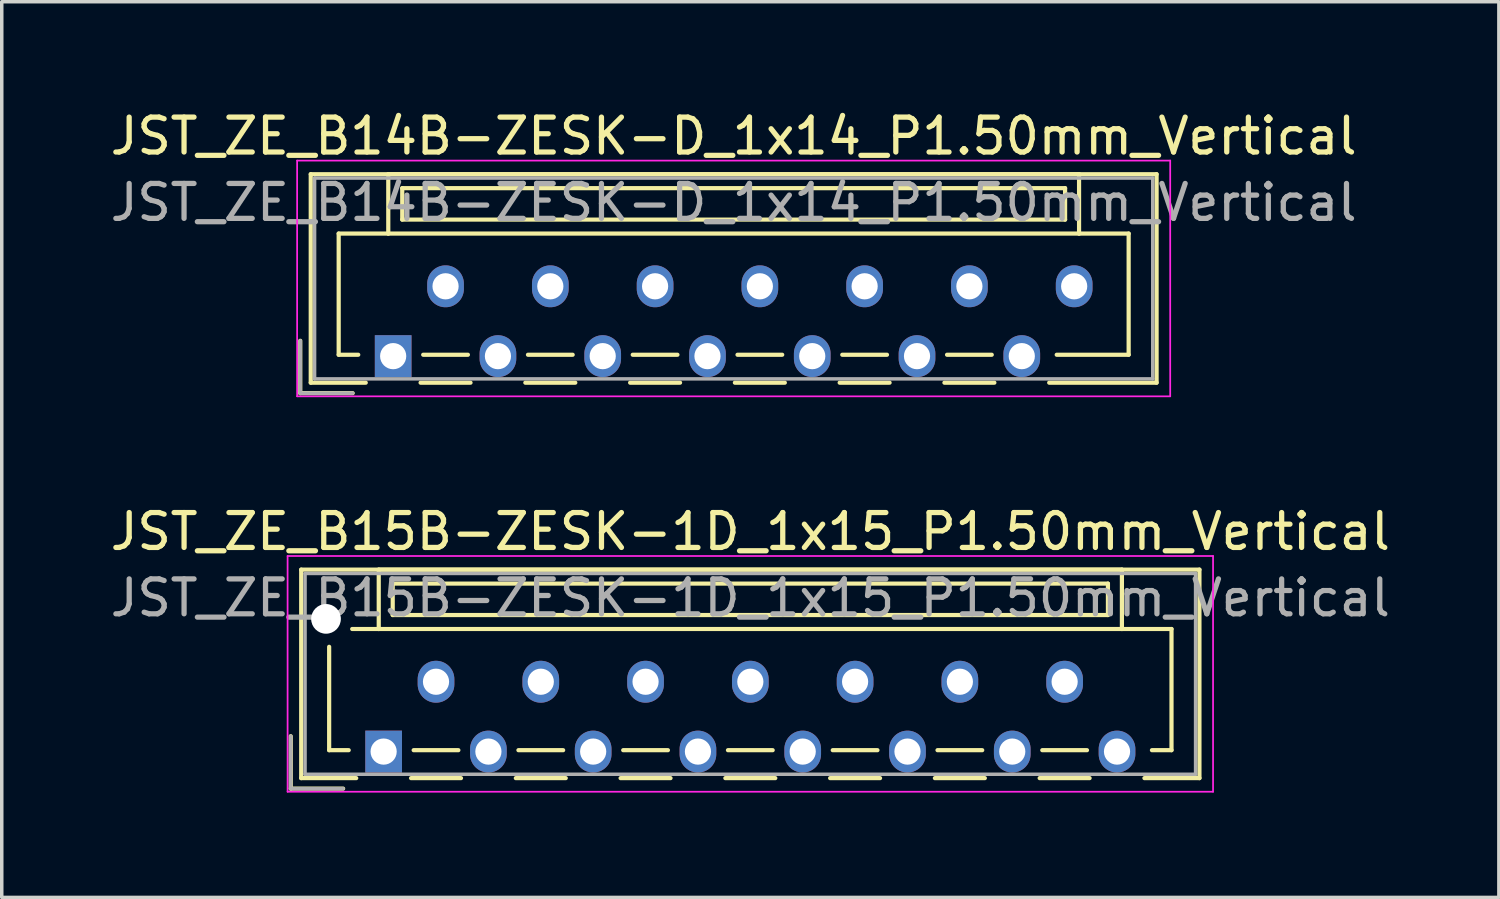
<source format=kicad_pcb>
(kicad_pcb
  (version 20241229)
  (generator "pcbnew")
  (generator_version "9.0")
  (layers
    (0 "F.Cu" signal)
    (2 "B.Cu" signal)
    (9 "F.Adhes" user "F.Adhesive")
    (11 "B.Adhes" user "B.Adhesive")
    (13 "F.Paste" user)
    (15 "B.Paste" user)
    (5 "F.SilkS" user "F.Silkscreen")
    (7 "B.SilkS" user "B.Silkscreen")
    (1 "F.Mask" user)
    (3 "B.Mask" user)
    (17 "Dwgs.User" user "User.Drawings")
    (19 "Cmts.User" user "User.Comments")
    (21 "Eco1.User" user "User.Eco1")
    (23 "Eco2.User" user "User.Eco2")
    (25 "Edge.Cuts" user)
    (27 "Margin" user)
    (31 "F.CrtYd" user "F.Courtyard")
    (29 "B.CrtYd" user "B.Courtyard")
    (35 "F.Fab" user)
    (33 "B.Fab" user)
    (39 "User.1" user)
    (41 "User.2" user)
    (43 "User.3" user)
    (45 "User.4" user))
  (footprint "JST_ZE_B14B-ZESK-D_1x14_P1.50mm_Vertical"
    (layer "F.Cu")
    (at 8.208 7.148)
    (property "Reference" "JST_ZE_B14B-ZESK-D_1x14_P1.50mm_Vertical" (at 9.75 -6.3 0) (layer "F.SilkS") (effects (font (size 1 1) (thickness 0.15))))
    (attr through_hole)
    (fp_line (start -2.66 -0.44) (end -2.66 1.06) (stroke (width 0.12) (type solid)) (layer "F.SilkS"))
    (fp_line (start -2.66 1.06) (end -1.16 1.06) (stroke (width 0.12) (type solid)) (layer "F.SilkS"))
    (fp_line (start -2.36 -5.21) (end 21.86 -5.21) (stroke (width 0.12) (type solid)) (layer "F.SilkS"))
    (fp_line (start -2.36 0.76) (end -2.36 -5.21) (stroke (width 0.12) (type solid)) (layer "F.SilkS"))
    (fp_line (start -1.56 -3.51) (end -1.56 -0.04) (stroke (width 0.12) (type solid)) (layer "F.SilkS"))
    (fp_line (start -1.56 -0.04) (end -1 -0.04) (stroke (width 0.12) (type solid)) (layer "F.SilkS"))
    (fp_line (start -0.785 0.76) (end -2.36 0.76) (stroke (width 0.12) (type solid)) (layer "F.SilkS"))
    (fp_line (start -0.14 -5.21) (end -0.14 -3.51) (stroke (width 0.12) (type solid)) (layer "F.SilkS"))
    (fp_line (start -0.14 -3.51) (end -1.56 -3.51) (stroke (width 0.12) (type solid)) (layer "F.SilkS"))
    (fp_line (start -0.14 -3.51) (end 19.64 -3.51) (stroke (width 0.12) (type solid)) (layer "F.SilkS"))
    (fp_line (start 0.26 -4.81) (end 0.26 -3.91) (stroke (width 0.12) (type solid)) (layer "F.SilkS"))
    (fp_line (start 0.26 -3.91) (end 19.24 -3.91) (stroke (width 0.12) (type solid)) (layer "F.SilkS"))
    (fp_line (start 0.785 0.76) (end 2.215 0.76) (stroke (width 0.12) (type solid)) (layer "F.SilkS"))
    (fp_line (start 0.86 -0.04) (end 2.14 -0.04) (stroke (width 0.12) (type solid)) (layer "F.SilkS"))
    (fp_line (start 3.785 0.76) (end 5.215 0.76) (stroke (width 0.12) (type solid)) (layer "F.SilkS"))
    (fp_line (start 3.86 -0.04) (end 5.14 -0.04) (stroke (width 0.12) (type solid)) (layer "F.SilkS"))
    (fp_line (start 6.785 0.76) (end 8.215 0.76) (stroke (width 0.12) (type solid)) (layer "F.SilkS"))
    (fp_line (start 6.86 -0.04) (end 8.14 -0.04) (stroke (width 0.12) (type solid)) (layer "F.SilkS"))
    (fp_line (start 9.785 0.76) (end 11.215 0.76) (stroke (width 0.12) (type solid)) (layer "F.SilkS"))
    (fp_line (start 9.86 -0.04) (end 11.14 -0.04) (stroke (width 0.12) (type solid)) (layer "F.SilkS"))
    (fp_line (start 12.785 0.76) (end 14.215 0.76) (stroke (width 0.12) (type solid)) (layer "F.SilkS"))
    (fp_line (start 12.86 -0.04) (end 14.14 -0.04) (stroke (width 0.12) (type solid)) (layer "F.SilkS"))
    (fp_line (start 15.785 0.76) (end 17.215 0.76) (stroke (width 0.12) (type solid)) (layer "F.SilkS"))
    (fp_line (start 15.86 -0.04) (end 17.14 -0.04) (stroke (width 0.12) (type solid)) (layer "F.SilkS"))
    (fp_line (start 19.24 -4.81) (end 0.26 -4.81) (stroke (width 0.12) (type solid)) (layer "F.SilkS"))
    (fp_line (start 19.24 -3.91) (end 19.24 -4.81) (stroke (width 0.12) (type solid)) (layer "F.SilkS"))
    (fp_line (start 19.64 -5.21) (end -0.14 -5.21) (stroke (width 0.12) (type solid)) (layer "F.SilkS"))
    (fp_line (start 19.64 -3.51) (end 19.64 -5.21) (stroke (width 0.12) (type solid)) (layer "F.SilkS"))
    (fp_line (start 19.64 -3.51) (end 21.06 -3.51) (stroke (width 0.12) (type solid)) (layer "F.SilkS"))
    (fp_line (start 21.06 -3.51) (end 21.06 -0.04) (stroke (width 0.12) (type solid)) (layer "F.SilkS"))
    (fp_line (start 21.06 -0.04) (end 19 -0.04) (stroke (width 0.12) (type solid)) (layer "F.SilkS"))
    (fp_line (start 21.86 -5.21) (end 21.86 0.76) (stroke (width 0.12) (type solid)) (layer "F.SilkS"))
    (fp_line (start 21.86 0.76) (end 18.785 0.76) (stroke (width 0.12) (type solid)) (layer "F.SilkS"))
    (fp_line (start -2.75 -5.6) (end -2.75 1.15) (stroke (width 0.05) (type solid)) (layer "F.CrtYd"))
    (fp_line (start -2.75 1.15) (end 22.25 1.15) (stroke (width 0.05) (type solid)) (layer "F.CrtYd"))
    (fp_line (start 22.25 -5.6) (end -2.75 -5.6) (stroke (width 0.05) (type solid)) (layer "F.CrtYd"))
    (fp_line (start 22.25 1.15) (end 22.25 -5.6) (stroke (width 0.05) (type solid)) (layer "F.CrtYd"))
    (fp_line (start -2.66 -0.44) (end -2.66 1.06) (stroke (width 0.1) (type solid)) (layer "F.Fab"))
    (fp_line (start -2.66 1.06) (end -1.16 1.06) (stroke (width 0.1) (type solid)) (layer "F.Fab"))
    (fp_line (start -2.25 -5.1) (end -2.25 0.65) (stroke (width 0.1) (type solid)) (layer "F.Fab"))
    (fp_line (start -2.25 0.65) (end 21.75 0.65) (stroke (width 0.1) (type solid)) (layer "F.Fab"))
    (fp_line (start 21.75 -5.1) (end -2.25 -5.1) (stroke (width 0.1) (type solid)) (layer "F.Fab"))
    (fp_line (start 21.75 0.65) (end 21.75 -5.1) (stroke (width 0.1) (type solid)) (layer "F.Fab"))
    (fp_text user "${REFERENCE}" (at 9.75 -4.4 0) (layer "F.Fab") (effects (font (size 1 1) (thickness 0.15))))
    (pad "1" thru_hole rect (at 0 0) (size 1.05 1.2) (drill 0.75) (layers "*.Cu" "*.Mask"))
    (pad "2" thru_hole oval (at 1.5 -2) (size 1.05 1.2) (drill 0.75) (layers "*.Cu" "*.Mask"))
    (pad "3" thru_hole oval (at 3 0) (size 1.05 1.2) (drill 0.75) (layers "*.Cu" "*.Mask"))
    (pad "4" thru_hole oval (at 4.5 -2) (size 1.05 1.2) (drill 0.75) (layers "*.Cu" "*.Mask"))
    (pad "5" thru_hole oval (at 6 0) (size 1.05 1.2) (drill 0.75) (layers "*.Cu" "*.Mask"))
    (pad "6" thru_hole oval (at 7.5 -2) (size 1.05 1.2) (drill 0.75) (layers "*.Cu" "*.Mask"))
    (pad "7" thru_hole oval (at 9 0) (size 1.05 1.2) (drill 0.75) (layers "*.Cu" "*.Mask"))
    (pad "8" thru_hole oval (at 10.5 -2) (size 1.05 1.2) (drill 0.75) (layers "*.Cu" "*.Mask"))
    (pad "9" thru_hole oval (at 12 0) (size 1.05 1.2) (drill 0.75) (layers "*.Cu" "*.Mask"))
    (pad "10" thru_hole oval (at 13.5 -2) (size 1.05 1.2) (drill 0.75) (layers "*.Cu" "*.Mask"))
    (pad "11" thru_hole oval (at 15 0) (size 1.05 1.2) (drill 0.75) (layers "*.Cu" "*.Mask"))
    (pad "12" thru_hole oval (at 16.5 -2) (size 1.05 1.2) (drill 0.75) (layers "*.Cu" "*.Mask"))
    (pad "13" thru_hole oval (at 18 0) (size 1.05 1.2) (drill 0.75) (layers "*.Cu" "*.Mask"))
    (pad "14" thru_hole oval (at 19.5 -2) (size 1.05 1.2) (drill 0.75) (layers "*.Cu" "*.Mask")))
  (footprint "JST_ZE_B15B-ZESK-1D_1x15_P1.50mm_Vertical"
    (layer "F.Cu")
    (at 7.935 18.471)
    (property "Reference" "JST_ZE_B15B-ZESK-1D_1x15_P1.50mm_Vertical" (at 10.5 -6.3 0) (layer "F.SilkS") (effects (font (size 1 1) (thickness 0.15))))
    (attr through_hole)
    (fp_line (start -2.66 -0.44) (end -2.66 1.06) (stroke (width 0.12) (type solid)) (layer "F.SilkS"))
    (fp_line (start -2.66 1.06) (end -1.16 1.06) (stroke (width 0.12) (type solid)) (layer "F.SilkS"))
    (fp_line (start -2.36 -5.21) (end 23.36 -5.21) (stroke (width 0.12) (type solid)) (layer "F.SilkS"))
    (fp_line (start -2.36 0.76) (end -2.36 -5.21) (stroke (width 0.12) (type solid)) (layer "F.SilkS"))
    (fp_line (start -1.56 -3) (end -1.56 -0.04) (stroke (width 0.12) (type solid)) (layer "F.SilkS"))
    (fp_line (start -1.56 -0.04) (end -1 -0.04) (stroke (width 0.12) (type solid)) (layer "F.SilkS"))
    (fp_line (start -0.785 0.76) (end -2.36 0.76) (stroke (width 0.12) (type solid)) (layer "F.SilkS"))
    (fp_line (start -0.14 -5.21) (end -0.14 -3.51) (stroke (width 0.12) (type solid)) (layer "F.SilkS"))
    (fp_line (start -0.14 -3.51) (end -0.9 -3.51) (stroke (width 0.12) (type solid)) (layer "F.SilkS"))
    (fp_line (start -0.14 -3.51) (end 21.14 -3.51) (stroke (width 0.12) (type solid)) (layer "F.SilkS"))
    (fp_line (start 0.26 -4.81) (end 0.26 -3.91) (stroke (width 0.12) (type solid)) (layer "F.SilkS"))
    (fp_line (start 0.26 -3.91) (end 20.74 -3.91) (stroke (width 0.12) (type solid)) (layer "F.SilkS"))
    (fp_line (start 0.785 0.76) (end 2.215 0.76) (stroke (width 0.12) (type solid)) (layer "F.SilkS"))
    (fp_line (start 0.86 -0.04) (end 2.14 -0.04) (stroke (width 0.12) (type solid)) (layer "F.SilkS"))
    (fp_line (start 3.785 0.76) (end 5.215 0.76) (stroke (width 0.12) (type solid)) (layer "F.SilkS"))
    (fp_line (start 3.86 -0.04) (end 5.14 -0.04) (stroke (width 0.12) (type solid)) (layer "F.SilkS"))
    (fp_line (start 6.785 0.76) (end 8.215 0.76) (stroke (width 0.12) (type solid)) (layer "F.SilkS"))
    (fp_line (start 6.86 -0.04) (end 8.14 -0.04) (stroke (width 0.12) (type solid)) (layer "F.SilkS"))
    (fp_line (start 9.785 0.76) (end 11.215 0.76) (stroke (width 0.12) (type solid)) (layer "F.SilkS"))
    (fp_line (start 9.86 -0.04) (end 11.14 -0.04) (stroke (width 0.12) (type solid)) (layer "F.SilkS"))
    (fp_line (start 12.785 0.76) (end 14.215 0.76) (stroke (width 0.12) (type solid)) (layer "F.SilkS"))
    (fp_line (start 12.86 -0.04) (end 14.14 -0.04) (stroke (width 0.12) (type solid)) (layer "F.SilkS"))
    (fp_line (start 15.785 0.76) (end 17.215 0.76) (stroke (width 0.12) (type solid)) (layer "F.SilkS"))
    (fp_line (start 15.86 -0.04) (end 17.14 -0.04) (stroke (width 0.12) (type solid)) (layer "F.SilkS"))
    (fp_line (start 18.785 0.76) (end 20.215 0.76) (stroke (width 0.12) (type solid)) (layer "F.SilkS"))
    (fp_line (start 18.86 -0.04) (end 20.14 -0.04) (stroke (width 0.12) (type solid)) (layer "F.SilkS"))
    (fp_line (start 20.74 -4.81) (end 0.26 -4.81) (stroke (width 0.12) (type solid)) (layer "F.SilkS"))
    (fp_line (start 20.74 -3.91) (end 20.74 -4.81) (stroke (width 0.12) (type solid)) (layer "F.SilkS"))
    (fp_line (start 21.14 -5.21) (end -0.14 -5.21) (stroke (width 0.12) (type solid)) (layer "F.SilkS"))
    (fp_line (start 21.14 -3.51) (end 21.14 -5.21) (stroke (width 0.12) (type solid)) (layer "F.SilkS"))
    (fp_line (start 21.14 -3.51) (end 22.56 -3.51) (stroke (width 0.12) (type solid)) (layer "F.SilkS"))
    (fp_line (start 22.56 -3.51) (end 22.56 -0.04) (stroke (width 0.12) (type solid)) (layer "F.SilkS"))
    (fp_line (start 22.56 -0.04) (end 22 -0.04) (stroke (width 0.12) (type solid)) (layer "F.SilkS"))
    (fp_line (start 23.36 -5.21) (end 23.36 0.76) (stroke (width 0.12) (type solid)) (layer "F.SilkS"))
    (fp_line (start 23.36 0.76) (end 21.785 0.76) (stroke (width 0.12) (type solid)) (layer "F.SilkS"))
    (fp_line (start -2.75 -5.6) (end -2.75 1.15) (stroke (width 0.05) (type solid)) (layer "F.CrtYd"))
    (fp_line (start -2.75 1.15) (end 23.75 1.15) (stroke (width 0.05) (type solid)) (layer "F.CrtYd"))
    (fp_line (start 23.75 -5.6) (end -2.75 -5.6) (stroke (width 0.05) (type solid)) (layer "F.CrtYd"))
    (fp_line (start 23.75 1.15) (end 23.75 -5.6) (stroke (width 0.05) (type solid)) (layer "F.CrtYd"))
    (fp_line (start -2.66 -0.44) (end -2.66 1.06) (stroke (width 0.1) (type solid)) (layer "F.Fab"))
    (fp_line (start -2.66 1.06) (end -1.16 1.06) (stroke (width 0.1) (type solid)) (layer "F.Fab"))
    (fp_line (start -2.25 -5.1) (end -2.25 0.65) (stroke (width 0.1) (type solid)) (layer "F.Fab"))
    (fp_line (start -2.25 0.65) (end 23.25 0.65) (stroke (width 0.1) (type solid)) (layer "F.Fab"))
    (fp_line (start 23.25 -5.1) (end -2.25 -5.1) (stroke (width 0.1) (type solid)) (layer "F.Fab"))
    (fp_line (start 23.25 0.65) (end 23.25 -5.1) (stroke (width 0.1) (type solid)) (layer "F.Fab"))
    (fp_text user "${REFERENCE}" (at 10.5 -4.4 0) (layer "F.Fab") (effects (font (size 1 1) (thickness 0.15))))
    (pad "" np_thru_hole circle (at -1.65 -3.8) (size 0.85 0.85) (drill 0.85) (layers "*.Cu" "*.Mask"))
    (pad "1" thru_hole rect (at 0 0) (size 1.05 1.2) (drill 0.75) (layers "*.Cu" "*.Mask"))
    (pad "2" thru_hole oval (at 1.5 -2) (size 1.05 1.2) (drill 0.75) (layers "*.Cu" "*.Mask"))
    (pad "3" thru_hole oval (at 3 0) (size 1.05 1.2) (drill 0.75) (layers "*.Cu" "*.Mask"))
    (pad "4" thru_hole oval (at 4.5 -2) (size 1.05 1.2) (drill 0.75) (layers "*.Cu" "*.Mask"))
    (pad "5" thru_hole oval (at 6 0) (size 1.05 1.2) (drill 0.75) (layers "*.Cu" "*.Mask"))
    (pad "6" thru_hole oval (at 7.5 -2) (size 1.05 1.2) (drill 0.75) (layers "*.Cu" "*.Mask"))
    (pad "7" thru_hole oval (at 9 0) (size 1.05 1.2) (drill 0.75) (layers "*.Cu" "*.Mask"))
    (pad "8" thru_hole oval (at 10.5 -2) (size 1.05 1.2) (drill 0.75) (layers "*.Cu" "*.Mask"))
    (pad "9" thru_hole oval (at 12 0) (size 1.05 1.2) (drill 0.75) (layers "*.Cu" "*.Mask"))
    (pad "10" thru_hole oval (at 13.5 -2) (size 1.05 1.2) (drill 0.75) (layers "*.Cu" "*.Mask"))
    (pad "11" thru_hole oval (at 15 0) (size 1.05 1.2) (drill 0.75) (layers "*.Cu" "*.Mask"))
    (pad "12" thru_hole oval (at 16.5 -2) (size 1.05 1.2) (drill 0.75) (layers "*.Cu" "*.Mask"))
    (pad "13" thru_hole oval (at 18 0) (size 1.05 1.2) (drill 0.75) (layers "*.Cu" "*.Mask"))
    (pad "14" thru_hole oval (at 19.5 -2) (size 1.05 1.2) (drill 0.75) (layers "*.Cu" "*.Mask"))
    (pad "15" thru_hole oval (at 21 0) (size 1.05 1.2) (drill 0.75) (layers "*.Cu" "*.Mask")))
  (gr_rect
    (start -3 -3)
    (end 39.869 22.646)
    (stroke (width 0.1) (type default))
    (fill no)
    (layer "Edge.Cuts")))
</source>
